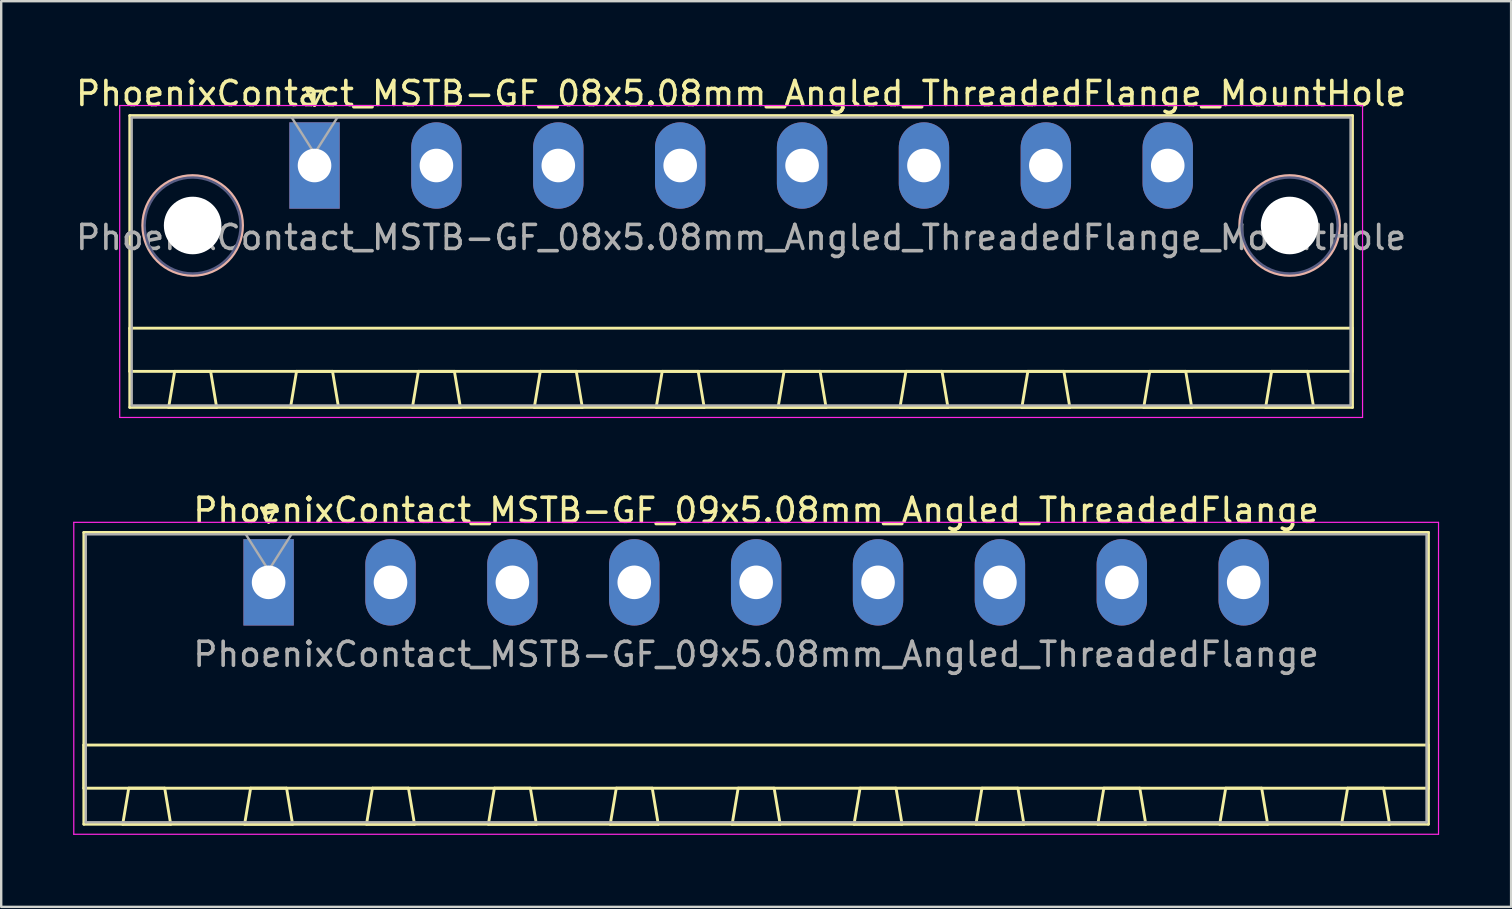
<source format=kicad_pcb>
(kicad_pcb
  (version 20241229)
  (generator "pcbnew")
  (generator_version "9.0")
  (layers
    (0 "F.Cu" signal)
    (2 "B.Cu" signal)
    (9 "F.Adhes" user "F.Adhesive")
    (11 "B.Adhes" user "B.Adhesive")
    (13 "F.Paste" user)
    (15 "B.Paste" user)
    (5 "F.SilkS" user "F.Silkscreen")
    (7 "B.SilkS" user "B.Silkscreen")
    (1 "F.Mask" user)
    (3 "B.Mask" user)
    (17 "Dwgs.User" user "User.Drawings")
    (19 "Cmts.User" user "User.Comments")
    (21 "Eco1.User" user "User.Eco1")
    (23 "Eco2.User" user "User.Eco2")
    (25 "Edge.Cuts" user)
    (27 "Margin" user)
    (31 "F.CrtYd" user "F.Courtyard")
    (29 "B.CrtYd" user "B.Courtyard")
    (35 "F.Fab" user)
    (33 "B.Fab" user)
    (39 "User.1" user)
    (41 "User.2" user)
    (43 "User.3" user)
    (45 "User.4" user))
  (footprint "PhoenixContact_MSTB-GF_08x5.08mm_Angled_ThreadedFlange_MountHole"
    (layer "F.Cu")
    (at 10.059 3.848)
    (property "Reference" "PhoenixContact_MSTB-GF_08x5.08mm_Angled_ThreadedFlange_MountHole" (at 17.78 -3 0) (layer "F.SilkS") (effects (font (size 1 1) (thickness 0.15))))
    (attr through_hole)
    (fp_line (start -7.7 -2.08) (end -7.7 10.08) (stroke (width 0.12) (type solid)) (layer "F.SilkS"))
    (fp_line (start -7.7 6.78) (end 43.26 6.78) (stroke (width 0.12) (type solid)) (layer "F.SilkS"))
    (fp_line (start -7.7 8.58) (end -7.7 6.78) (stroke (width 0.12) (type solid)) (layer "F.SilkS"))
    (fp_line (start -7.7 10.08) (end 43.26 10.08) (stroke (width 0.12) (type solid)) (layer "F.SilkS"))
    (fp_line (start -6.08 10.08) (end -4.08 10.08) (stroke (width 0.12) (type solid)) (layer "F.SilkS"))
    (fp_line (start -5.83 8.58) (end -6.08 10.08) (stroke (width 0.12) (type solid)) (layer "F.SilkS"))
    (fp_line (start -4.33 8.58) (end -5.83 8.58) (stroke (width 0.12) (type solid)) (layer "F.SilkS"))
    (fp_line (start -4.08 10.08) (end -4.33 8.58) (stroke (width 0.12) (type solid)) (layer "F.SilkS"))
    (fp_line (start -1 10.08) (end 1 10.08) (stroke (width 0.12) (type solid)) (layer "F.SilkS"))
    (fp_line (start -0.75 8.58) (end -1 10.08) (stroke (width 0.12) (type solid)) (layer "F.SilkS"))
    (fp_line (start -0.3 -3.1) (end 0.3 -3.1) (stroke (width 0.12) (type solid)) (layer "F.SilkS"))
    (fp_line (start 0 -2.5) (end -0.3 -3.1) (stroke (width 0.12) (type solid)) (layer "F.SilkS"))
    (fp_line (start 0.3 -3.1) (end 0 -2.5) (stroke (width 0.12) (type solid)) (layer "F.SilkS"))
    (fp_line (start 0.75 8.58) (end -0.75 8.58) (stroke (width 0.12) (type solid)) (layer "F.SilkS"))
    (fp_line (start 1 10.08) (end 0.75 8.58) (stroke (width 0.12) (type solid)) (layer "F.SilkS"))
    (fp_line (start 4.08 10.08) (end 6.08 10.08) (stroke (width 0.12) (type solid)) (layer "F.SilkS"))
    (fp_line (start 4.33 8.58) (end 4.08 10.08) (stroke (width 0.12) (type solid)) (layer "F.SilkS"))
    (fp_line (start 5.83 8.58) (end 4.33 8.58) (stroke (width 0.12) (type solid)) (layer "F.SilkS"))
    (fp_line (start 6.08 10.08) (end 5.83 8.58) (stroke (width 0.12) (type solid)) (layer "F.SilkS"))
    (fp_line (start 9.16 10.08) (end 11.16 10.08) (stroke (width 0.12) (type solid)) (layer "F.SilkS"))
    (fp_line (start 9.41 8.58) (end 9.16 10.08) (stroke (width 0.12) (type solid)) (layer "F.SilkS"))
    (fp_line (start 10.91 8.58) (end 9.41 8.58) (stroke (width 0.12) (type solid)) (layer "F.SilkS"))
    (fp_line (start 11.16 10.08) (end 10.91 8.58) (stroke (width 0.12) (type solid)) (layer "F.SilkS"))
    (fp_line (start 14.24 10.08) (end 16.24 10.08) (stroke (width 0.12) (type solid)) (layer "F.SilkS"))
    (fp_line (start 14.49 8.58) (end 14.24 10.08) (stroke (width 0.12) (type solid)) (layer "F.SilkS"))
    (fp_line (start 15.99 8.58) (end 14.49 8.58) (stroke (width 0.12) (type solid)) (layer "F.SilkS"))
    (fp_line (start 16.24 10.08) (end 15.99 8.58) (stroke (width 0.12) (type solid)) (layer "F.SilkS"))
    (fp_line (start 19.32 10.08) (end 21.32 10.08) (stroke (width 0.12) (type solid)) (layer "F.SilkS"))
    (fp_line (start 19.57 8.58) (end 19.32 10.08) (stroke (width 0.12) (type solid)) (layer "F.SilkS"))
    (fp_line (start 21.07 8.58) (end 19.57 8.58) (stroke (width 0.12) (type solid)) (layer "F.SilkS"))
    (fp_line (start 21.32 10.08) (end 21.07 8.58) (stroke (width 0.12) (type solid)) (layer "F.SilkS"))
    (fp_line (start 24.4 10.08) (end 26.4 10.08) (stroke (width 0.12) (type solid)) (layer "F.SilkS"))
    (fp_line (start 24.65 8.58) (end 24.4 10.08) (stroke (width 0.12) (type solid)) (layer "F.SilkS"))
    (fp_line (start 26.15 8.58) (end 24.65 8.58) (stroke (width 0.12) (type solid)) (layer "F.SilkS"))
    (fp_line (start 26.4 10.08) (end 26.15 8.58) (stroke (width 0.12) (type solid)) (layer "F.SilkS"))
    (fp_line (start 29.48 10.08) (end 31.48 10.08) (stroke (width 0.12) (type solid)) (layer "F.SilkS"))
    (fp_line (start 29.73 8.58) (end 29.48 10.08) (stroke (width 0.12) (type solid)) (layer "F.SilkS"))
    (fp_line (start 31.23 8.58) (end 29.73 8.58) (stroke (width 0.12) (type solid)) (layer "F.SilkS"))
    (fp_line (start 31.48 10.08) (end 31.23 8.58) (stroke (width 0.12) (type solid)) (layer "F.SilkS"))
    (fp_line (start 34.56 10.08) (end 36.56 10.08) (stroke (width 0.12) (type solid)) (layer "F.SilkS"))
    (fp_line (start 34.81 8.58) (end 34.56 10.08) (stroke (width 0.12) (type solid)) (layer "F.SilkS"))
    (fp_line (start 36.31 8.58) (end 34.81 8.58) (stroke (width 0.12) (type solid)) (layer "F.SilkS"))
    (fp_line (start 36.56 10.08) (end 36.31 8.58) (stroke (width 0.12) (type solid)) (layer "F.SilkS"))
    (fp_line (start 39.64 10.08) (end 41.64 10.08) (stroke (width 0.12) (type solid)) (layer "F.SilkS"))
    (fp_line (start 39.89 8.58) (end 39.64 10.08) (stroke (width 0.12) (type solid)) (layer "F.SilkS"))
    (fp_line (start 41.39 8.58) (end 39.89 8.58) (stroke (width 0.12) (type solid)) (layer "F.SilkS"))
    (fp_line (start 41.64 10.08) (end 41.39 8.58) (stroke (width 0.12) (type solid)) (layer "F.SilkS"))
    (fp_line (start 43.26 -2.08) (end -7.7 -2.08) (stroke (width 0.12) (type solid)) (layer "F.SilkS"))
    (fp_line (start 43.26 6.78) (end 43.26 8.58) (stroke (width 0.12) (type solid)) (layer "F.SilkS"))
    (fp_line (start 43.26 8.58) (end -7.7 8.58) (stroke (width 0.12) (type solid)) (layer "F.SilkS"))
    (fp_line (start 43.26 10.08) (end 43.26 -2.08) (stroke (width 0.12) (type solid)) (layer "F.SilkS"))
    (fp_circle (center -5.08 2.5) (end -3 2.5) (stroke (width 0.12) (type solid)) (fill no) (layer "B.SilkS"))
    (fp_circle (center 40.64 2.5) (end 42.72 2.5) (stroke (width 0.12) (type solid)) (fill no) (layer "B.SilkS"))
    (fp_line (start -8.12 -2.5) (end -8.12 10.5) (stroke (width 0.05) (type solid)) (layer "F.CrtYd"))
    (fp_line (start -8.12 10.5) (end 43.68 10.5) (stroke (width 0.05) (type solid)) (layer "F.CrtYd"))
    (fp_line (start 43.68 -2.5) (end -8.12 -2.5) (stroke (width 0.05) (type solid)) (layer "F.CrtYd"))
    (fp_line (start 43.68 10.5) (end 43.68 -2.5) (stroke (width 0.05) (type solid)) (layer "F.CrtYd"))
    (fp_circle (center -5.08 2.5) (end -3.08 2.5) (stroke (width 0.1) (type solid)) (fill no) (layer "B.Fab"))
    (fp_circle (center 40.64 2.5) (end 42.64 2.5) (stroke (width 0.1) (type solid)) (fill no) (layer "B.Fab"))
    (fp_line (start -7.62 -2) (end -7.62 10) (stroke (width 0.1) (type solid)) (layer "F.Fab"))
    (fp_line (start -7.62 10) (end 43.18 10) (stroke (width 0.1) (type solid)) (layer "F.Fab"))
    (fp_line (start 0 -0.5) (end -0.95 -2) (stroke (width 0.1) (type solid)) (layer "F.Fab"))
    (fp_line (start 0.95 -2) (end 0 -0.5) (stroke (width 0.1) (type solid)) (layer "F.Fab"))
    (fp_line (start 43.18 -2) (end -7.62 -2) (stroke (width 0.1) (type solid)) (layer "F.Fab"))
    (fp_line (start 43.18 10) (end 43.18 -2) (stroke (width 0.1) (type solid)) (layer "F.Fab"))
    (fp_text user "${REFERENCE}" (at 17.78 3 0) (layer "F.Fab") (effects (font (size 1 1) (thickness 0.15))))
    (pad "" np_thru_hole circle (at -5.08 2.5) (size 2.4 2.4) (drill 2.4) (layers "*.Cu" "*.Mask"))
    (pad "" np_thru_hole circle (at 40.64 2.5) (size 2.4 2.4) (drill 2.4) (layers "*.Cu" "*.Mask"))
    (pad "1" thru_hole rect (at 0 0) (size 2.1 3.6) (drill 1.4) (layers "*.Cu" "*.Mask"))
    (pad "2" thru_hole oval (at 5.08 0) (size 2.1 3.6) (drill 1.4) (layers "*.Cu" "*.Mask"))
    (pad "3" thru_hole oval (at 10.16 0) (size 2.1 3.6) (drill 1.4) (layers "*.Cu" "*.Mask"))
    (pad "4" thru_hole oval (at 15.24 0) (size 2.1 3.6) (drill 1.4) (layers "*.Cu" "*.Mask"))
    (pad "5" thru_hole oval (at 20.32 0) (size 2.1 3.6) (drill 1.4) (layers "*.Cu" "*.Mask"))
    (pad "6" thru_hole oval (at 25.4 0) (size 2.1 3.6) (drill 1.4) (layers "*.Cu" "*.Mask"))
    (pad "7" thru_hole oval (at 30.48 0) (size 2.1 3.6) (drill 1.4) (layers "*.Cu" "*.Mask"))
    (pad "8" thru_hole oval (at 35.56 0) (size 2.1 3.6) (drill 1.4) (layers "*.Cu" "*.Mask")))
  (footprint "PhoenixContact_MSTB-GF_09x5.08mm_Angled_ThreadedFlange"
    (layer "F.Cu")
    (at 8.145 21.221)
    (property "Reference" "PhoenixContact_MSTB-GF_09x5.08mm_Angled_ThreadedFlange" (at 20.32 -3 0) (layer "F.SilkS") (effects (font (size 1 1) (thickness 0.15))))
    (attr through_hole)
    (fp_line (start -7.7 -2.08) (end -7.7 10.08) (stroke (width 0.12) (type solid)) (layer "F.SilkS"))
    (fp_line (start -7.7 6.78) (end 48.34 6.78) (stroke (width 0.12) (type solid)) (layer "F.SilkS"))
    (fp_line (start -7.7 8.58) (end -7.7 6.78) (stroke (width 0.12) (type solid)) (layer "F.SilkS"))
    (fp_line (start -7.7 10.08) (end 48.34 10.08) (stroke (width 0.12) (type solid)) (layer "F.SilkS"))
    (fp_line (start -6.08 10.08) (end -4.08 10.08) (stroke (width 0.12) (type solid)) (layer "F.SilkS"))
    (fp_line (start -5.83 8.58) (end -6.08 10.08) (stroke (width 0.12) (type solid)) (layer "F.SilkS"))
    (fp_line (start -4.33 8.58) (end -5.83 8.58) (stroke (width 0.12) (type solid)) (layer "F.SilkS"))
    (fp_line (start -4.08 10.08) (end -4.33 8.58) (stroke (width 0.12) (type solid)) (layer "F.SilkS"))
    (fp_line (start -1 10.08) (end 1 10.08) (stroke (width 0.12) (type solid)) (layer "F.SilkS"))
    (fp_line (start -0.75 8.58) (end -1 10.08) (stroke (width 0.12) (type solid)) (layer "F.SilkS"))
    (fp_line (start -0.3 -3.1) (end 0.3 -3.1) (stroke (width 0.12) (type solid)) (layer "F.SilkS"))
    (fp_line (start 0 -2.5) (end -0.3 -3.1) (stroke (width 0.12) (type solid)) (layer "F.SilkS"))
    (fp_line (start 0.3 -3.1) (end 0 -2.5) (stroke (width 0.12) (type solid)) (layer "F.SilkS"))
    (fp_line (start 0.75 8.58) (end -0.75 8.58) (stroke (width 0.12) (type solid)) (layer "F.SilkS"))
    (fp_line (start 1 10.08) (end 0.75 8.58) (stroke (width 0.12) (type solid)) (layer "F.SilkS"))
    (fp_line (start 4.08 10.08) (end 6.08 10.08) (stroke (width 0.12) (type solid)) (layer "F.SilkS"))
    (fp_line (start 4.33 8.58) (end 4.08 10.08) (stroke (width 0.12) (type solid)) (layer "F.SilkS"))
    (fp_line (start 5.83 8.58) (end 4.33 8.58) (stroke (width 0.12) (type solid)) (layer "F.SilkS"))
    (fp_line (start 6.08 10.08) (end 5.83 8.58) (stroke (width 0.12) (type solid)) (layer "F.SilkS"))
    (fp_line (start 9.16 10.08) (end 11.16 10.08) (stroke (width 0.12) (type solid)) (layer "F.SilkS"))
    (fp_line (start 9.41 8.58) (end 9.16 10.08) (stroke (width 0.12) (type solid)) (layer "F.SilkS"))
    (fp_line (start 10.91 8.58) (end 9.41 8.58) (stroke (width 0.12) (type solid)) (layer "F.SilkS"))
    (fp_line (start 11.16 10.08) (end 10.91 8.58) (stroke (width 0.12) (type solid)) (layer "F.SilkS"))
    (fp_line (start 14.24 10.08) (end 16.24 10.08) (stroke (width 0.12) (type solid)) (layer "F.SilkS"))
    (fp_line (start 14.49 8.58) (end 14.24 10.08) (stroke (width 0.12) (type solid)) (layer "F.SilkS"))
    (fp_line (start 15.99 8.58) (end 14.49 8.58) (stroke (width 0.12) (type solid)) (layer "F.SilkS"))
    (fp_line (start 16.24 10.08) (end 15.99 8.58) (stroke (width 0.12) (type solid)) (layer "F.SilkS"))
    (fp_line (start 19.32 10.08) (end 21.32 10.08) (stroke (width 0.12) (type solid)) (layer "F.SilkS"))
    (fp_line (start 19.57 8.58) (end 19.32 10.08) (stroke (width 0.12) (type solid)) (layer "F.SilkS"))
    (fp_line (start 21.07 8.58) (end 19.57 8.58) (stroke (width 0.12) (type solid)) (layer "F.SilkS"))
    (fp_line (start 21.32 10.08) (end 21.07 8.58) (stroke (width 0.12) (type solid)) (layer "F.SilkS"))
    (fp_line (start 24.4 10.08) (end 26.4 10.08) (stroke (width 0.12) (type solid)) (layer "F.SilkS"))
    (fp_line (start 24.65 8.58) (end 24.4 10.08) (stroke (width 0.12) (type solid)) (layer "F.SilkS"))
    (fp_line (start 26.15 8.58) (end 24.65 8.58) (stroke (width 0.12) (type solid)) (layer "F.SilkS"))
    (fp_line (start 26.4 10.08) (end 26.15 8.58) (stroke (width 0.12) (type solid)) (layer "F.SilkS"))
    (fp_line (start 29.48 10.08) (end 31.48 10.08) (stroke (width 0.12) (type solid)) (layer "F.SilkS"))
    (fp_line (start 29.73 8.58) (end 29.48 10.08) (stroke (width 0.12) (type solid)) (layer "F.SilkS"))
    (fp_line (start 31.23 8.58) (end 29.73 8.58) (stroke (width 0.12) (type solid)) (layer "F.SilkS"))
    (fp_line (start 31.48 10.08) (end 31.23 8.58) (stroke (width 0.12) (type solid)) (layer "F.SilkS"))
    (fp_line (start 34.56 10.08) (end 36.56 10.08) (stroke (width 0.12) (type solid)) (layer "F.SilkS"))
    (fp_line (start 34.81 8.58) (end 34.56 10.08) (stroke (width 0.12) (type solid)) (layer "F.SilkS"))
    (fp_line (start 36.31 8.58) (end 34.81 8.58) (stroke (width 0.12) (type solid)) (layer "F.SilkS"))
    (fp_line (start 36.56 10.08) (end 36.31 8.58) (stroke (width 0.12) (type solid)) (layer "F.SilkS"))
    (fp_line (start 39.64 10.08) (end 41.64 10.08) (stroke (width 0.12) (type solid)) (layer "F.SilkS"))
    (fp_line (start 39.89 8.58) (end 39.64 10.08) (stroke (width 0.12) (type solid)) (layer "F.SilkS"))
    (fp_line (start 41.39 8.58) (end 39.89 8.58) (stroke (width 0.12) (type solid)) (layer "F.SilkS"))
    (fp_line (start 41.64 10.08) (end 41.39 8.58) (stroke (width 0.12) (type solid)) (layer "F.SilkS"))
    (fp_line (start 44.72 10.08) (end 46.72 10.08) (stroke (width 0.12) (type solid)) (layer "F.SilkS"))
    (fp_line (start 44.97 8.58) (end 44.72 10.08) (stroke (width 0.12) (type solid)) (layer "F.SilkS"))
    (fp_line (start 46.47 8.58) (end 44.97 8.58) (stroke (width 0.12) (type solid)) (layer "F.SilkS"))
    (fp_line (start 46.72 10.08) (end 46.47 8.58) (stroke (width 0.12) (type solid)) (layer "F.SilkS"))
    (fp_line (start 48.34 -2.08) (end -7.7 -2.08) (stroke (width 0.12) (type solid)) (layer "F.SilkS"))
    (fp_line (start 48.34 6.78) (end 48.34 8.58) (stroke (width 0.12) (type solid)) (layer "F.SilkS"))
    (fp_line (start 48.34 8.58) (end -7.7 8.58) (stroke (width 0.12) (type solid)) (layer "F.SilkS"))
    (fp_line (start 48.34 10.08) (end 48.34 -2.08) (stroke (width 0.12) (type solid)) (layer "F.SilkS"))
    (fp_line (start -8.12 -2.5) (end -8.12 10.5) (stroke (width 0.05) (type solid)) (layer "F.CrtYd"))
    (fp_line (start -8.12 10.5) (end 48.76 10.5) (stroke (width 0.05) (type solid)) (layer "F.CrtYd"))
    (fp_line (start 48.76 -2.5) (end -8.12 -2.5) (stroke (width 0.05) (type solid)) (layer "F.CrtYd"))
    (fp_line (start 48.76 10.5) (end 48.76 -2.5) (stroke (width 0.05) (type solid)) (layer "F.CrtYd"))
    (fp_line (start -7.62 -2) (end -7.62 10) (stroke (width 0.1) (type solid)) (layer "F.Fab"))
    (fp_line (start -7.62 10) (end 48.26 10) (stroke (width 0.1) (type solid)) (layer "F.Fab"))
    (fp_line (start 0 -0.5) (end -0.95 -2) (stroke (width 0.1) (type solid)) (layer "F.Fab"))
    (fp_line (start 0.95 -2) (end 0 -0.5) (stroke (width 0.1) (type solid)) (layer "F.Fab"))
    (fp_line (start 48.26 -2) (end -7.62 -2) (stroke (width 0.1) (type solid)) (layer "F.Fab"))
    (fp_line (start 48.26 10) (end 48.26 -2) (stroke (width 0.1) (type solid)) (layer "F.Fab"))
    (fp_text user "${REFERENCE}" (at 20.32 3 0) (layer "F.Fab") (effects (font (size 1 1) (thickness 0.15))))
    (pad "1" thru_hole rect (at 0 0) (size 2.1 3.6) (drill 1.4) (layers "*.Cu" "*.Mask"))
    (pad "2" thru_hole oval (at 5.08 0) (size 2.1 3.6) (drill 1.4) (layers "*.Cu" "*.Mask"))
    (pad "3" thru_hole oval (at 10.16 0) (size 2.1 3.6) (drill 1.4) (layers "*.Cu" "*.Mask"))
    (pad "4" thru_hole oval (at 15.24 0) (size 2.1 3.6) (drill 1.4) (layers "*.Cu" "*.Mask"))
    (pad "5" thru_hole oval (at 20.32 0) (size 2.1 3.6) (drill 1.4) (layers "*.Cu" "*.Mask"))
    (pad "6" thru_hole oval (at 25.4 0) (size 2.1 3.6) (drill 1.4) (layers "*.Cu" "*.Mask"))
    (pad "7" thru_hole oval (at 30.48 0) (size 2.1 3.6) (drill 1.4) (layers "*.Cu" "*.Mask"))
    (pad "8" thru_hole oval (at 35.56 0) (size 2.1 3.6) (drill 1.4) (layers "*.Cu" "*.Mask"))
    (pad "9" thru_hole oval (at 40.64 0) (size 2.1 3.6) (drill 1.4) (layers "*.Cu" "*.Mask")))
  (gr_rect
    (start -3 -3)
    (end 59.93 34.746)
    (stroke (width 0.1) (type default))
    (fill no)
    (layer "Edge.Cuts")))
</source>
